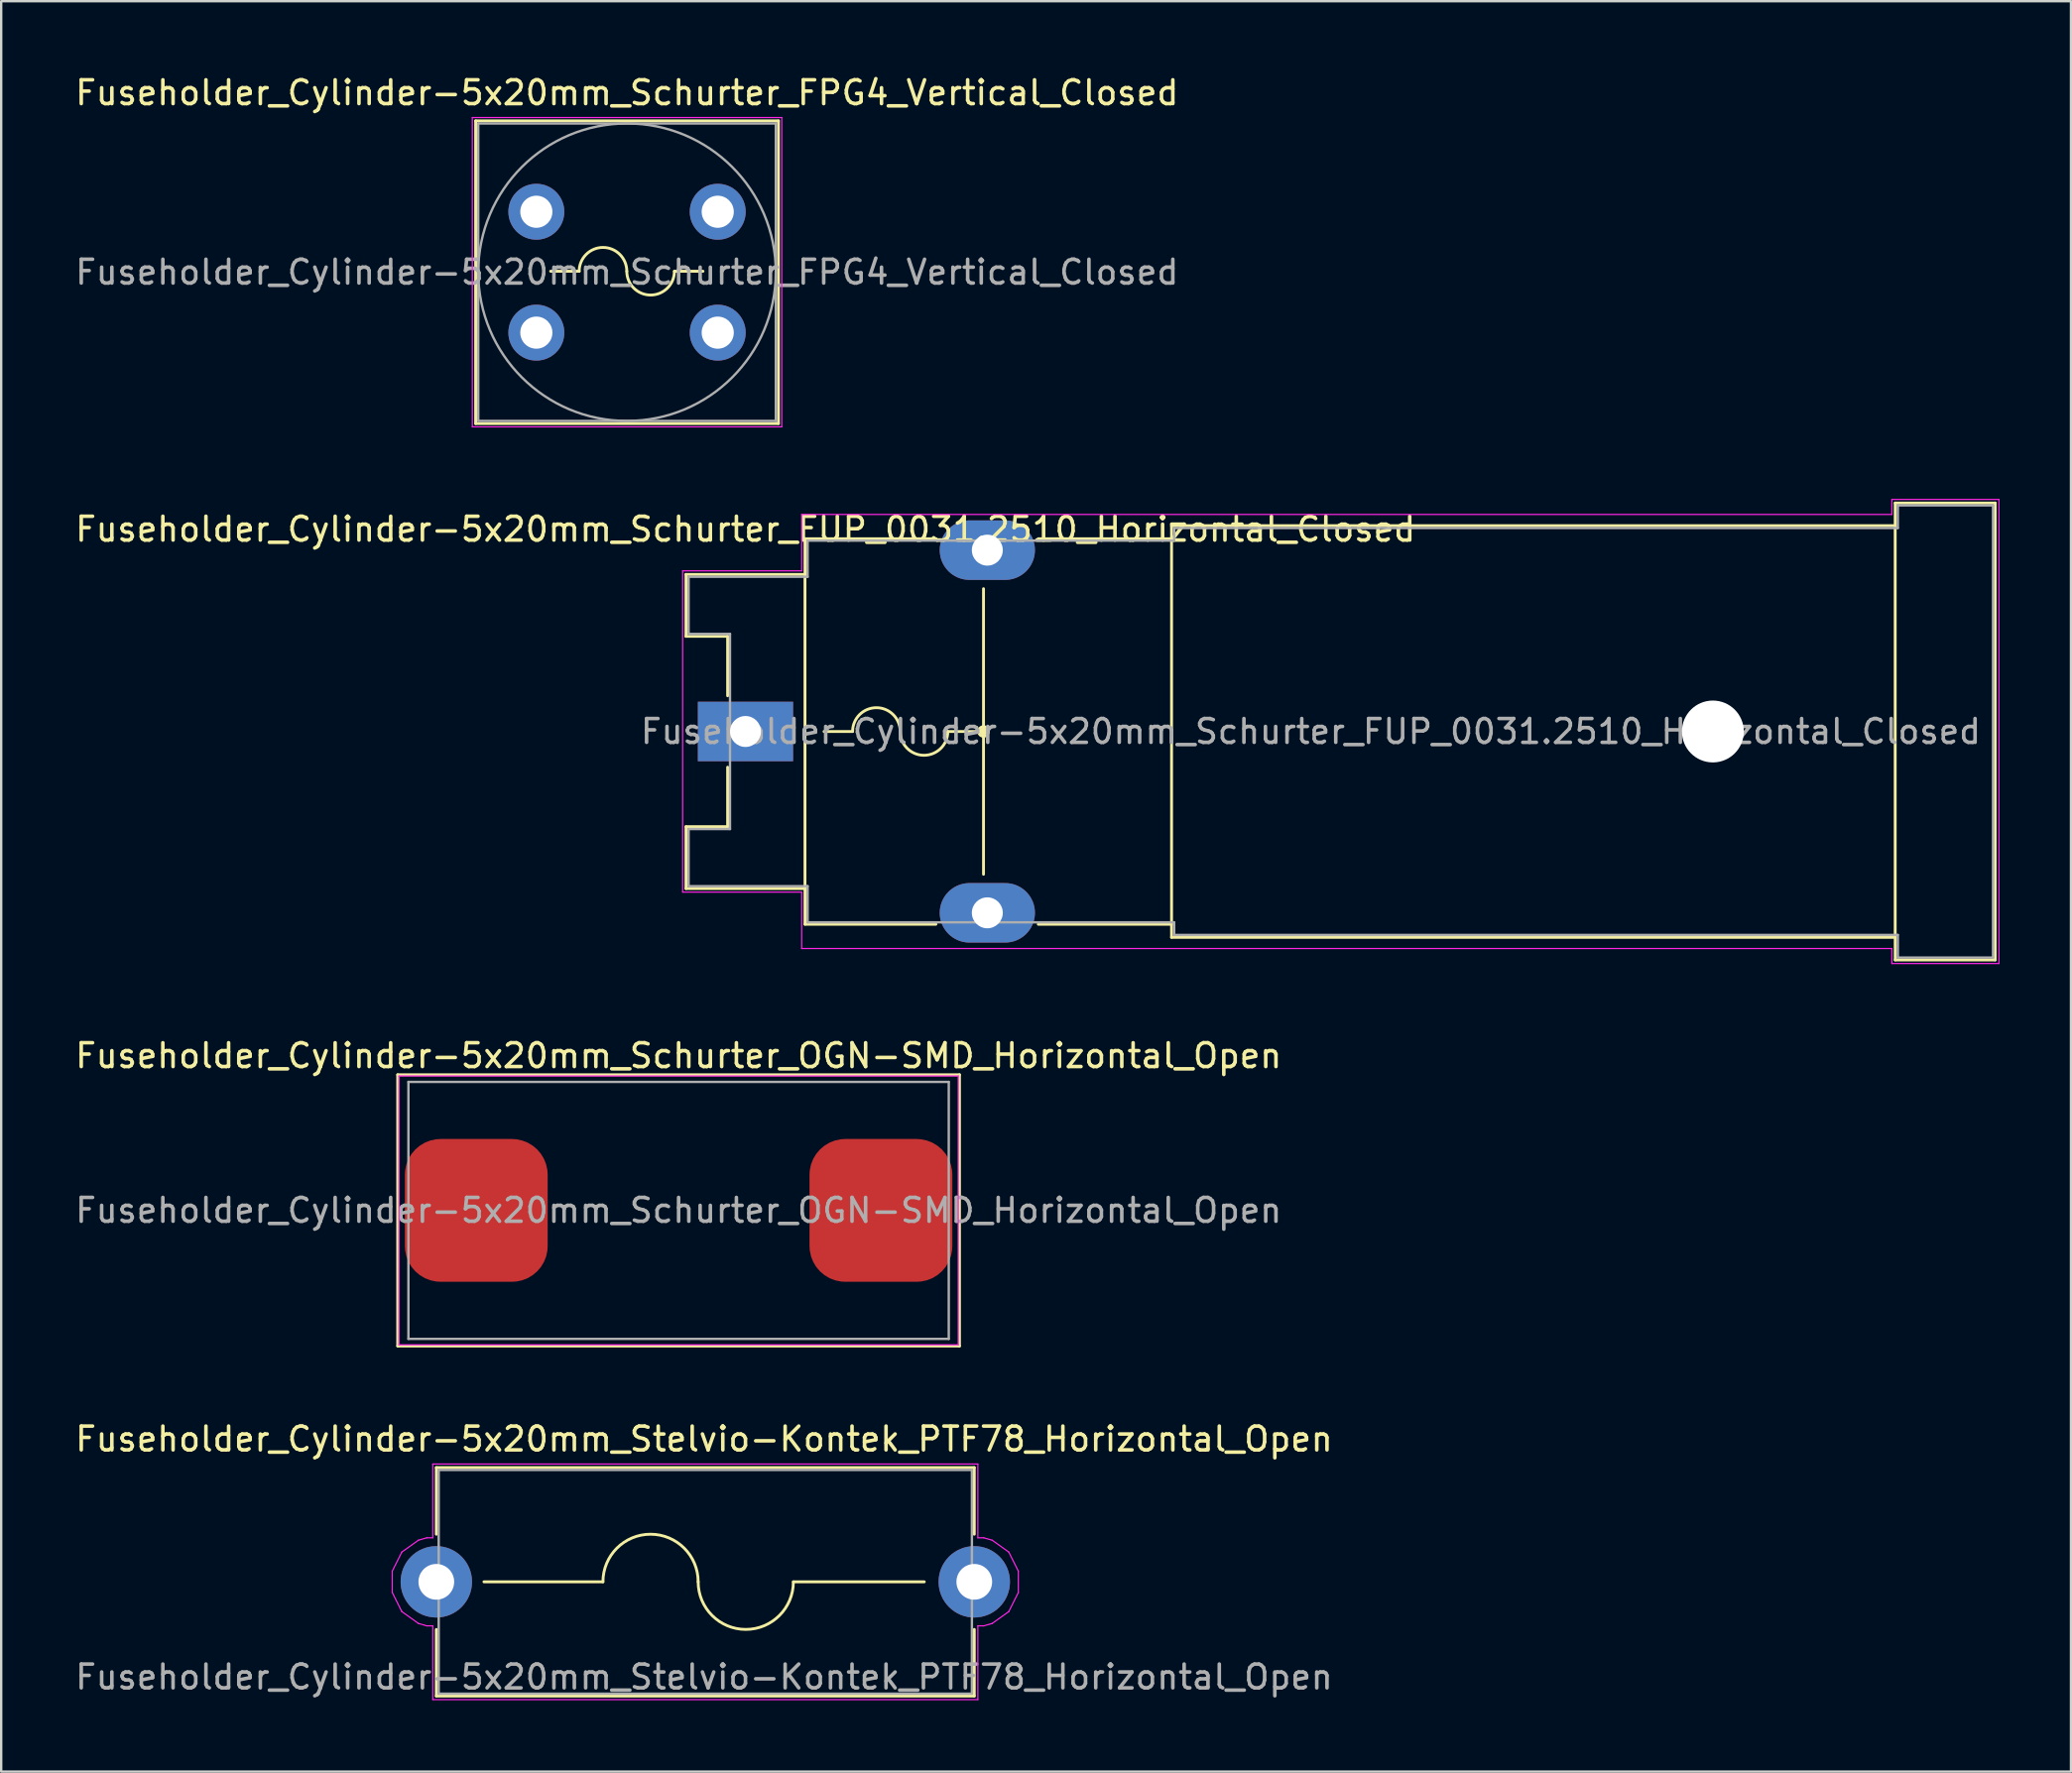
<source format=kicad_pcb>
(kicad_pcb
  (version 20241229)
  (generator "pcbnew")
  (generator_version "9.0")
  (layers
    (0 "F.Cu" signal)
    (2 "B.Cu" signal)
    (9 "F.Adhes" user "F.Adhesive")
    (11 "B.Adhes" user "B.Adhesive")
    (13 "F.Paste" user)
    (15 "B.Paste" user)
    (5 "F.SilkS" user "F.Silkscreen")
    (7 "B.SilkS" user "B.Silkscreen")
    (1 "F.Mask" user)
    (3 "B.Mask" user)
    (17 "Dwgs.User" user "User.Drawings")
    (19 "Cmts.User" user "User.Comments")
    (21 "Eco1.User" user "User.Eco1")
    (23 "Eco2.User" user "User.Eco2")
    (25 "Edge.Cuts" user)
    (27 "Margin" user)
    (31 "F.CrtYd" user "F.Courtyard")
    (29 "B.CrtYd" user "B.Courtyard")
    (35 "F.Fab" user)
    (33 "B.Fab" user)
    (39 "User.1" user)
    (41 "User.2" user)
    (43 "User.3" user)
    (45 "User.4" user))
  (footprint "Fuseholder_Cylinder-5x20mm_Schurter_FUP_0031.2510_Horizontal_Closed"
    (layer "F.Cu")
    (at 28.268 27.688)
    (property "Reference" "Fuseholder_Cylinder-5x20mm_Schurter_FUP_0031.2510_Horizontal_Closed" (at 0 -8.5 0) (layer "F.SilkS") (effects (font (size 1 1) (thickness 0.15))))
    (fp_line (start -2.5 -6.6) (end 2.5 -6.6) (stroke (width 0.12) (type solid)) (layer "F.SilkS"))
    (fp_line (start -2.5 -4) (end -2.5 -6.6) (stroke (width 0.12) (type solid)) (layer "F.SilkS"))
    (fp_line (start -2.5 4) (end -0.75 4) (stroke (width 0.12) (type solid)) (layer "F.SilkS"))
    (fp_line (start -2.5 6.6) (end -2.5 4) (stroke (width 0.12) (type solid)) (layer "F.SilkS"))
    (fp_line (start -2.5 6.6) (end 2.5 6.6) (stroke (width 0.12) (type solid)) (layer "F.SilkS"))
    (fp_line (start -0.75 -4) (end -2.5 -4) (stroke (width 0.12) (type solid)) (layer "F.SilkS"))
    (fp_line (start -0.75 -1.5) (end -0.75 -4) (stroke (width 0.12) (type solid)) (layer "F.SilkS"))
    (fp_line (start -0.75 4) (end -0.75 1.5) (stroke (width 0.12) (type solid)) (layer "F.SilkS"))
    (fp_line (start 2.5 -8.1) (end 8 -8.1) (stroke (width 0.12) (type solid)) (layer "F.SilkS"))
    (fp_line (start 2.5 8.1) (end 2.5 -8.1) (stroke (width 0.12) (type solid)) (layer "F.SilkS"))
    (fp_line (start 2.5 8.1) (end 8 8.1) (stroke (width 0.12) (type solid)) (layer "F.SilkS"))
    (fp_line (start 4.5 0) (end 3.3 0) (stroke (width 0.12) (type solid)) (layer "F.SilkS"))
    (fp_line (start 9.7 0) (end 8.5 0) (stroke (width 0.12) (type solid)) (layer "F.SilkS"))
    (fp_line (start 9.7 0) (end 10 0) (stroke (width 0.12) (type solid)) (layer "F.SilkS"))
    (fp_line (start 10 0) (end 10 -6) (stroke (width 0.12) (type solid)) (layer "F.SilkS"))
    (fp_line (start 10 0) (end 10 6) (stroke (width 0.12) (type solid)) (layer "F.SilkS"))
    (fp_line (start 12.3 -8.1) (end 17.9 -8.1) (stroke (width 0.12) (type solid)) (layer "F.SilkS"))
    (fp_line (start 12.3 8.1) (end 17.9 8.1) (stroke (width 0.12) (type solid)) (layer "F.SilkS"))
    (fp_line (start 17.9 -8.65) (end 48.3 -8.65) (stroke (width 0.12) (type solid)) (layer "F.SilkS"))
    (fp_line (start 17.9 8.65) (end 17.9 -8.65) (stroke (width 0.12) (type solid)) (layer "F.SilkS"))
    (fp_line (start 17.9 8.65) (end 48.3 8.65) (stroke (width 0.12) (type solid)) (layer "F.SilkS"))
    (fp_line (start 48.3 -9.6) (end 52.5 -9.6) (stroke (width 0.12) (type solid)) (layer "F.SilkS"))
    (fp_line (start 48.3 9.6) (end 48.3 -9.6) (stroke (width 0.12) (type solid)) (layer "F.SilkS"))
    (fp_line (start 48.3 9.6) (end 52.5 9.6) (stroke (width 0.12) (type solid)) (layer "F.SilkS"))
    (fp_line (start 52.5 -9.6) (end 52.5 9.6) (stroke (width 0.12) (type solid)) (layer "F.SilkS"))
    (fp_arc (start 4.5 0) (mid 5.5 -1) (end 6.5 0) (stroke (width 0.12) (type solid)) (layer "F.SilkS"))
    (fp_arc (start 8.5 0) (mid 7.5 1) (end 6.5 0) (stroke (width 0.12) (type solid)) (layer "F.SilkS"))
    (fp_circle (center 10 0) (end 10.1 -0.025) (stroke (width 0.12) (type solid)) (fill no) (layer "F.SilkS"))
    (fp_circle (center 10 0) (end 10.175 -0.1) (stroke (width 0.12) (type solid)) (fill no) (layer "F.SilkS"))
    (fp_line (start -2.64 -6.75) (end 2.36 -6.75) (stroke (width 0.05) (type solid)) (layer "F.CrtYd"))
    (fp_line (start -2.64 6.75) (end -2.64 -6.75) (stroke (width 0.05) (type solid)) (layer "F.CrtYd"))
    (fp_line (start -2.64 6.75) (end 2.36 6.75) (stroke (width 0.05) (type solid)) (layer "F.CrtYd"))
    (fp_line (start 2.36 -9.12) (end 2.36 -6.75) (stroke (width 0.05) (type solid)) (layer "F.CrtYd"))
    (fp_line (start 2.36 -9.12) (end 48.16 -9.12) (stroke (width 0.05) (type solid)) (layer "F.CrtYd"))
    (fp_line (start 2.36 6.75) (end 2.36 9.12) (stroke (width 0.05) (type solid)) (layer "F.CrtYd"))
    (fp_line (start 48.16 -9.75) (end 48.16 -9.12) (stroke (width 0.05) (type solid)) (layer "F.CrtYd"))
    (fp_line (start 48.16 -9.75) (end 52.66 -9.75) (stroke (width 0.05) (type solid)) (layer "F.CrtYd"))
    (fp_line (start 48.16 9.12) (end 2.36 9.12) (stroke (width 0.05) (type solid)) (layer "F.CrtYd"))
    (fp_line (start 48.16 9.12) (end 48.16 9.75) (stroke (width 0.05) (type solid)) (layer "F.CrtYd"))
    (fp_line (start 48.16 9.75) (end 52.66 9.75) (stroke (width 0.05) (type solid)) (layer "F.CrtYd"))
    (fp_line (start 52.66 -9.75) (end 52.66 9.75) (stroke (width 0.05) (type solid)) (layer "F.CrtYd"))
    (fp_line (start -2.39 -4.1) (end -2.39 -6.5) (stroke (width 0.1) (type solid)) (layer "F.Fab"))
    (fp_line (start -2.39 -4.1) (end -0.65 -4.1) (stroke (width 0.1) (type solid)) (layer "F.Fab"))
    (fp_line (start -2.39 4.1) (end -2.39 6.5) (stroke (width 0.1) (type solid)) (layer "F.Fab"))
    (fp_line (start -2.39 6.5) (end 2.61 6.5) (stroke (width 0.1) (type solid)) (layer "F.Fab"))
    (fp_line (start -0.65 -4.1) (end -0.65 4.1) (stroke (width 0.1) (type solid)) (layer "F.Fab"))
    (fp_line (start -0.65 4.1) (end -2.39 4.1) (stroke (width 0.1) (type solid)) (layer "F.Fab"))
    (fp_line (start 2.61 -8.02) (end 2.61 -6.5) (stroke (width 0.1) (type solid)) (layer "F.Fab"))
    (fp_line (start 2.61 -6.5) (end -2.39 -6.5) (stroke (width 0.1) (type solid)) (layer "F.Fab"))
    (fp_line (start 2.61 6.5) (end 2.61 8.02) (stroke (width 0.1) (type solid)) (layer "F.Fab"))
    (fp_line (start 2.61 8.02) (end 18.01 8.02) (stroke (width 0.1) (type solid)) (layer "F.Fab"))
    (fp_line (start 18.01 -8.55) (end 18.01 -8.02) (stroke (width 0.1) (type solid)) (layer "F.Fab"))
    (fp_line (start 18.01 -8.02) (end 2.61 -8.02) (stroke (width 0.1) (type solid)) (layer "F.Fab"))
    (fp_line (start 18.01 8.02) (end 18.01 8.55) (stroke (width 0.1) (type solid)) (layer "F.Fab"))
    (fp_line (start 18.01 8.55) (end 48.41 8.55) (stroke (width 0.1) (type solid)) (layer "F.Fab"))
    (fp_line (start 48.41 -9.5) (end 48.41 -8.55) (stroke (width 0.1) (type solid)) (layer "F.Fab"))
    (fp_line (start 48.41 -8.55) (end 18.01 -8.55) (stroke (width 0.1) (type solid)) (layer "F.Fab"))
    (fp_line (start 48.41 8.55) (end 48.41 9.5) (stroke (width 0.1) (type solid)) (layer "F.Fab"))
    (fp_line (start 48.41 9.5) (end 52.41 9.5) (stroke (width 0.1) (type solid)) (layer "F.Fab"))
    (fp_line (start 52.41 -9.5) (end 48.41 -9.5) (stroke (width 0.1) (type solid)) (layer "F.Fab"))
    (fp_line (start 52.41 -9.5) (end 52.41 9.5) (stroke (width 0.1) (type solid)) (layer "F.Fab"))
    (fp_text user "${REFERENCE}" (at 23.75 0 0) (layer "F.Fab") (effects (font (size 1 1) (thickness 0.15))))
    (pad "" np_thru_hole circle (at 40.64 0) (size 2.6 2.6) (drill 2.6) (layers "*.Cu" "*.Mask"))
    (pad "1" thru_hole rect (at 0 0) (size 4 2.5) (drill 1.3) (layers "*.Cu" "*.Mask"))
    (pad "2" thru_hole oval (at 10.16 -7.62) (size 4 2.5) (drill 1.3) (layers "*.Cu" "*.Mask"))
    (pad "2" thru_hole oval (at 10.16 7.62) (size 4 2.5) (drill 1.3) (layers "*.Cu" "*.Mask")))
  (footprint "Fuseholder_Cylinder-5x20mm_Stelvio-Kontek_PTF78_Horizontal_Open"
    (layer "F.Cu")
    (at 15.28 63.42)
    (property "Reference" "Fuseholder_Cylinder-5x20mm_Stelvio-Kontek_PTF78_Horizontal_Open" (at 11.25 -6 0) (layer "F.SilkS") (effects (font (size 1 1) (thickness 0.15))))
    (fp_line (start 0 -4.8) (end 22.6 -4.8) (stroke (width 0.12) (type solid)) (layer "F.SilkS"))
    (fp_line (start 0 -2) (end 0 -4.8) (stroke (width 0.12) (type solid)) (layer "F.SilkS"))
    (fp_line (start 0 4.8) (end 0 2) (stroke (width 0.12) (type solid)) (layer "F.SilkS"))
    (fp_line (start 0 4.8) (end 22.6 4.8) (stroke (width 0.12) (type solid)) (layer "F.SilkS"))
    (fp_line (start 2 0) (end 7 0) (stroke (width 0.12) (type solid)) (layer "F.SilkS"))
    (fp_line (start 20.5 0) (end 15 0) (stroke (width 0.12) (type solid)) (layer "F.SilkS"))
    (fp_line (start 22.6 -2) (end 22.6 -4.8) (stroke (width 0.12) (type solid)) (layer "F.SilkS"))
    (fp_line (start 22.6 4.8) (end 22.6 2) (stroke (width 0.12) (type solid)) (layer "F.SilkS"))
    (fp_arc (start 7 0) (mid 9 -2) (end 11 0) (stroke (width 0.12) (type solid)) (layer "F.SilkS"))
    (fp_arc (start 15 0) (mid 13 2) (end 11 0) (stroke (width 0.12) (type solid)) (layer "F.SilkS"))
    (fp_line (start -1.85 -0.45) (end -1.85 0.45) (stroke (width 0.05) (type solid)) (layer "F.CrtYd"))
    (fp_line (start -1.85 -0.45) (end -1.45 -1.25) (stroke (width 0.05) (type solid)) (layer "F.CrtYd"))
    (fp_line (start -1.45 1.25) (end -1.85 0.45) (stroke (width 0.05) (type solid)) (layer "F.CrtYd"))
    (fp_line (start -1.45 1.25) (end -0.75 1.75) (stroke (width 0.05) (type solid)) (layer "F.CrtYd"))
    (fp_line (start -0.75 -1.75) (end -1.45 -1.25) (stroke (width 0.05) (type solid)) (layer "F.CrtYd"))
    (fp_line (start -0.75 1.75) (end -0.4 1.85) (stroke (width 0.05) (type solid)) (layer "F.CrtYd"))
    (fp_line (start -0.4 -1.85) (end -0.75 -1.75) (stroke (width 0.05) (type solid)) (layer "F.CrtYd"))
    (fp_line (start -0.4 1.85) (end -0.15 1.85) (stroke (width 0.05) (type solid)) (layer "F.CrtYd"))
    (fp_line (start -0.15 -4.95) (end 22.75 -4.95) (stroke (width 0.05) (type solid)) (layer "F.CrtYd"))
    (fp_line (start -0.15 -1.85) (end -0.4 -1.85) (stroke (width 0.05) (type solid)) (layer "F.CrtYd"))
    (fp_line (start -0.15 -1.85) (end -0.15 -4.95) (stroke (width 0.05) (type solid)) (layer "F.CrtYd"))
    (fp_line (start -0.15 4.95) (end -0.15 1.85) (stroke (width 0.05) (type solid)) (layer "F.CrtYd"))
    (fp_line (start 22.75 -1.85) (end 22.75 -4.95) (stroke (width 0.05) (type solid)) (layer "F.CrtYd"))
    (fp_line (start 22.75 -1.85) (end 23 -1.85) (stroke (width 0.05) (type solid)) (layer "F.CrtYd"))
    (fp_line (start 22.75 1.85) (end 22.75 4.95) (stroke (width 0.05) (type solid)) (layer "F.CrtYd"))
    (fp_line (start 22.75 1.85) (end 23 1.85) (stroke (width 0.05) (type solid)) (layer "F.CrtYd"))
    (fp_line (start 22.75 4.95) (end -0.15 4.95) (stroke (width 0.05) (type solid)) (layer "F.CrtYd"))
    (fp_line (start 23 1.85) (end 23.35 1.75) (stroke (width 0.05) (type solid)) (layer "F.CrtYd"))
    (fp_line (start 23.35 -1.75) (end 23 -1.85) (stroke (width 0.05) (type solid)) (layer "F.CrtYd"))
    (fp_line (start 23.35 1.75) (end 24.05 1.25) (stroke (width 0.05) (type solid)) (layer "F.CrtYd"))
    (fp_line (start 24.05 -1.25) (end 23.35 -1.75) (stroke (width 0.05) (type solid)) (layer "F.CrtYd"))
    (fp_line (start 24.05 1.25) (end 24.45 0.45) (stroke (width 0.05) (type solid)) (layer "F.CrtYd"))
    (fp_line (start 24.45 -0.45) (end 24.05 -1.25) (stroke (width 0.05) (type solid)) (layer "F.CrtYd"))
    (fp_line (start 24.45 0.45) (end 24.45 -0.45) (stroke (width 0.05) (type solid)) (layer "F.CrtYd"))
    (fp_line (start 0.1 -4.7) (end 0.1 4.7) (stroke (width 0.1) (type solid)) (layer "F.Fab"))
    (fp_line (start 0.1 4.7) (end 22.5 4.7) (stroke (width 0.1) (type solid)) (layer "F.Fab"))
    (fp_line (start 22.5 -4.7) (end 0.1 -4.7) (stroke (width 0.1) (type solid)) (layer "F.Fab"))
    (fp_line (start 22.5 4.7) (end 22.5 -4.7) (stroke (width 0.1) (type solid)) (layer "F.Fab"))
    (fp_text user "${REFERENCE}" (at 11.25 4 0) (layer "F.Fab") (effects (font (size 1 1) (thickness 0.15))))
    (pad "1" thru_hole circle (at 0 0) (size 3 3) (drill 1.5) (layers "*.Cu" "*.Mask"))
    (pad "2" thru_hole circle (at 22.6 0) (size 3 3) (drill 1.5) (layers "*.Cu" "*.Mask")))
  (footprint "Fuseholder_Cylinder-5x20mm_Schurter_FPG4_Vertical_Closed"
    (layer "F.Cu")
    (at 19.482 5.848)
    (property "Reference" "Fuseholder_Cylinder-5x20mm_Schurter_FPG4_Vertical_Closed" (at 3.81 -5 0) (layer "F.SilkS") (effects (font (size 1 1) (thickness 0.15))))
    (fp_line (start -2.55 -3.82) (end 10.17 -3.82) (stroke (width 0.12) (type solid)) (layer "F.SilkS"))
    (fp_line (start -2.55 8.9) (end -2.55 -3.82) (stroke (width 0.12) (type solid)) (layer "F.SilkS"))
    (fp_line (start 1.8 2.5) (end 0.6 2.5) (stroke (width 0.12) (type solid)) (layer "F.SilkS"))
    (fp_line (start 7 2.5) (end 5.8 2.5) (stroke (width 0.12) (type solid)) (layer "F.SilkS"))
    (fp_line (start 10.17 -3.82) (end 10.17 8.9) (stroke (width 0.12) (type solid)) (layer "F.SilkS"))
    (fp_line (start 10.17 8.9) (end -2.55 8.9) (stroke (width 0.12) (type solid)) (layer "F.SilkS"))
    (fp_arc (start 1.8 2.5) (mid 2.8 1.5) (end 3.8 2.5) (stroke (width 0.12) (type solid)) (layer "F.SilkS"))
    (fp_arc (start 5.8 2.5) (mid 4.8 3.5) (end 3.8 2.5) (stroke (width 0.12) (type solid)) (layer "F.SilkS"))
    (fp_line (start -2.69 -3.96) (end 10.31 -3.96) (stroke (width 0.05) (type solid)) (layer "F.CrtYd"))
    (fp_line (start -2.69 9.04) (end -2.69 -3.96) (stroke (width 0.05) (type solid)) (layer "F.CrtYd"))
    (fp_line (start 10.31 -3.96) (end 10.31 9.04) (stroke (width 0.05) (type solid)) (layer "F.CrtYd"))
    (fp_line (start 10.31 9.04) (end -2.69 9.04) (stroke (width 0.05) (type solid)) (layer "F.CrtYd"))
    (fp_line (start -2.44 -3.71) (end 10.06 -3.71) (stroke (width 0.1) (type solid)) (layer "F.Fab"))
    (fp_line (start -2.44 8.79) (end -2.44 -3.71) (stroke (width 0.1) (type solid)) (layer "F.Fab"))
    (fp_line (start 10.06 -3.71) (end 10.06 8.79) (stroke (width 0.1) (type solid)) (layer "F.Fab"))
    (fp_line (start 10.06 8.79) (end -2.44 8.79) (stroke (width 0.1) (type solid)) (layer "F.Fab"))
    (fp_circle (center 3.81 2.54) (end 10.06 2.54) (stroke (width 0.1) (type solid)) (fill no) (layer "F.Fab"))
    (fp_text user "${REFERENCE}" (at 3.81 2.54 0) (layer "F.Fab") (effects (font (size 1 1) (thickness 0.15))))
    (pad "1" thru_hole circle (at 0 0) (size 2.35 2.35) (drill 1.35) (layers "*.Cu" "*.Mask"))
    (pad "1" thru_hole circle (at 0 5.08) (size 2.35 2.35) (drill 1.35) (layers "*.Cu" "*.Mask"))
    (pad "2" thru_hole circle (at 7.62 0) (size 2.35 2.35) (drill 1.35) (layers "*.Cu" "*.Mask"))
    (pad "2" thru_hole circle (at 7.62 5.08) (size 2.35 2.35) (drill 1.35) (layers "*.Cu" "*.Mask")))
  (footprint "Fuseholder_Cylinder-5x20mm_Schurter_OGN-SMD_Horizontal_Open"
    (layer "F.Cu")
    (at 25.458 47.812)
    (property "Reference" "Fuseholder_Cylinder-5x20mm_Schurter_OGN-SMD_Horizontal_Open" (at 0 -6.5 0) (layer "F.SilkS") (effects (font (size 1 1) (thickness 0.15))))
    (attr smd)
    (fp_line (start -11.8 -5.7) (end -11.8 5.7) (stroke (width 0.12) (type solid)) (layer "F.SilkS"))
    (fp_line (start -11.8 5.7) (end 11.8 5.7) (stroke (width 0.12) (type solid)) (layer "F.SilkS"))
    (fp_line (start 11.8 -5.7) (end -11.8 -5.7) (stroke (width 0.12) (type solid)) (layer "F.SilkS"))
    (fp_line (start 11.8 5.7) (end 11.8 -5.7) (stroke (width 0.12) (type solid)) (layer "F.SilkS"))
    (fp_line (start -11.75 -5.65) (end 11.75 -5.65) (stroke (width 0.05) (type solid)) (layer "F.CrtYd"))
    (fp_line (start -11.75 5.65) (end -11.75 -5.65) (stroke (width 0.05) (type solid)) (layer "F.CrtYd"))
    (fp_line (start 11.75 5.65) (end -11.75 5.65) (stroke (width 0.05) (type solid)) (layer "F.CrtYd"))
    (fp_line (start 11.75 5.65) (end 11.75 -5.65) (stroke (width 0.05) (type solid)) (layer "F.CrtYd"))
    (fp_line (start -11.35 -5.4) (end -11.35 5.4) (stroke (width 0.1) (type solid)) (layer "F.Fab"))
    (fp_line (start -11.35 -5.4) (end 11.35 -5.4) (stroke (width 0.1) (type solid)) (layer "F.Fab"))
    (fp_line (start 11.35 -5.4) (end 11.35 5.4) (stroke (width 0.1) (type solid)) (layer "F.Fab"))
    (fp_line (start 11.35 5.4) (end -11.35 5.4) (stroke (width 0.1) (type solid)) (layer "F.Fab"))
    (fp_text user "${REFERENCE}" (at 0 0 0) (layer "F.Fab") (effects (font (size 1 1) (thickness 0.15))))
    (pad "1" smd roundrect (at -8.5 0) (size 6 6) (layers "F.Cu" "F.Mask" "F.Paste") (roundrect_rratio 0.25))
    (pad "2" smd roundrect (at 8.5 0) (size 6 6) (layers "F.Cu" "F.Mask" "F.Paste") (roundrect_rratio 0.25)))
  (gr_rect
    (start -3 -3)
    (end 83.953 71.395)
    (stroke (width 0.1) (type default))
    (fill no)
    (layer "Edge.Cuts")))
</source>
